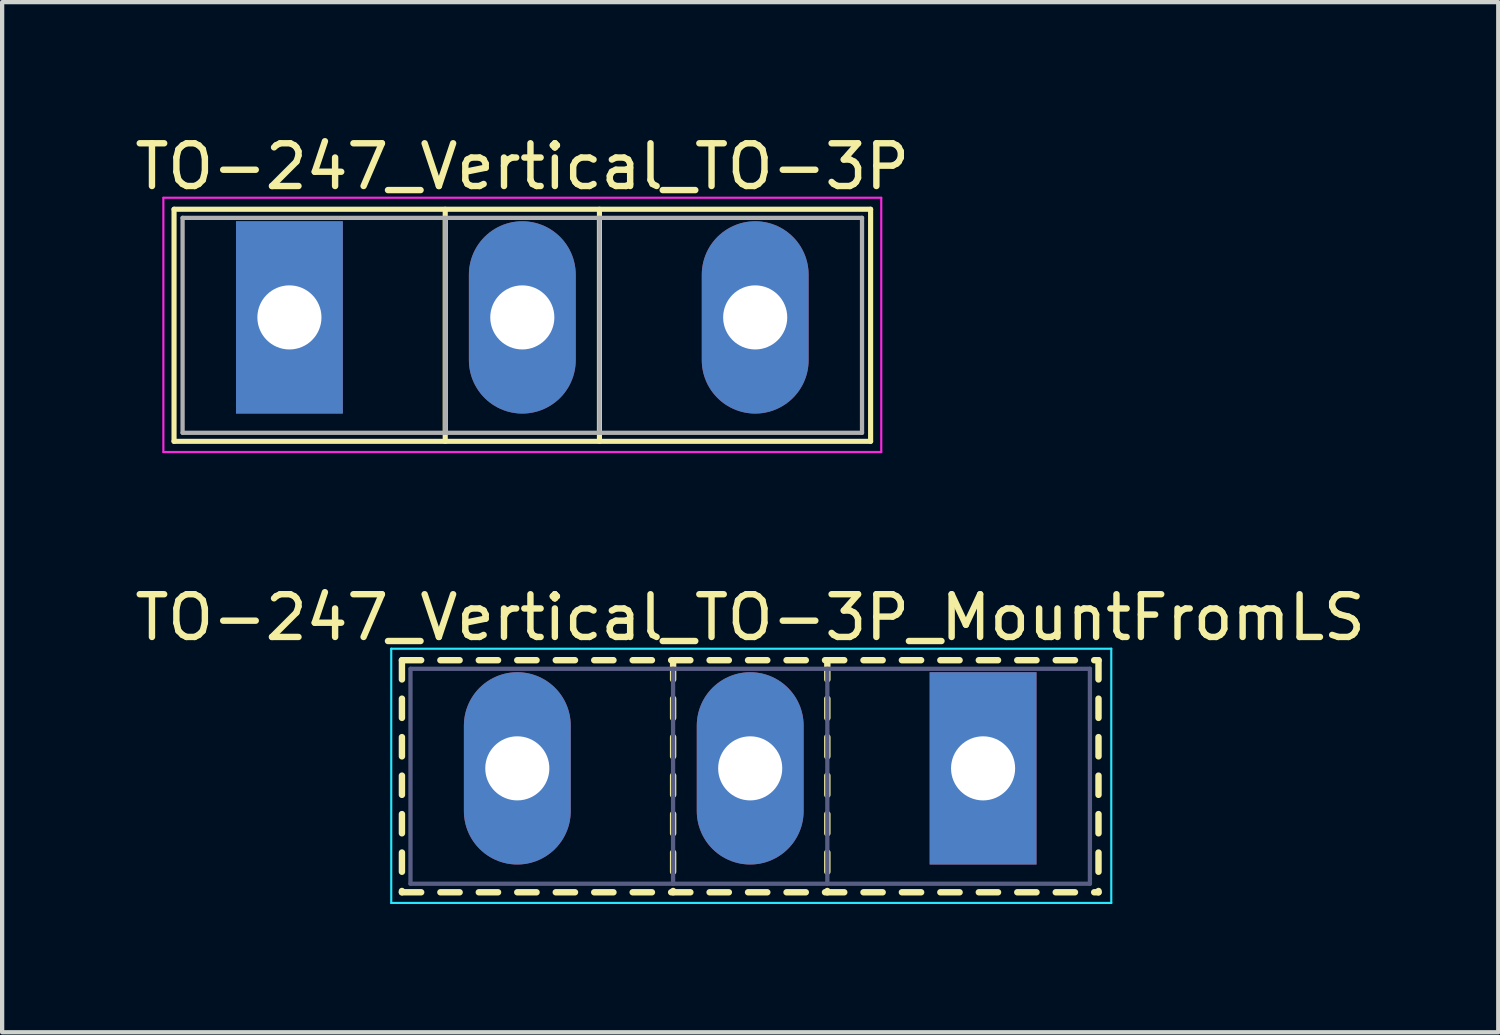
<source format=kicad_pcb>
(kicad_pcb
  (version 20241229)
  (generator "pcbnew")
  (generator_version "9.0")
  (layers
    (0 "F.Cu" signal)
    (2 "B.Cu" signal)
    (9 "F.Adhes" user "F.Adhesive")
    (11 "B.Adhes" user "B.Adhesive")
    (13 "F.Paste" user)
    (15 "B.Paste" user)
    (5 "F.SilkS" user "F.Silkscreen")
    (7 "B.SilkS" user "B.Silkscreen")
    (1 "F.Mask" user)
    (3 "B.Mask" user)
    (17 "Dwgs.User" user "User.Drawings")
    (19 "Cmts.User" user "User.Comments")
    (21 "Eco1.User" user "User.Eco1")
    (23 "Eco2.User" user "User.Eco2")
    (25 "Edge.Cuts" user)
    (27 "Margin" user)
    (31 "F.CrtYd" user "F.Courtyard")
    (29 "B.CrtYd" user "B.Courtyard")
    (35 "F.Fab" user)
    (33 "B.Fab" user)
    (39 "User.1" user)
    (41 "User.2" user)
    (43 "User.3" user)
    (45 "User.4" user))
  (footprint "TO-247_Vertical_TO-3P"
    (layer "F.Cu")
    (at 3.723 4.378)
    (property "Reference" "TO-247_Vertical_TO-3P" (at 5.45 -3.53 0) (layer "F.SilkS") (effects (font (size 1 1) (thickness 0.15))))
    (attr through_hole)
    (fp_line (start -2.7 -2.531) (end -2.7 2.9) (stroke (width 0.12) (type solid)) (layer "F.SilkS"))
    (fp_line (start -2.7 -2.531) (end 13.601 -2.531) (stroke (width 0.12) (type solid)) (layer "F.SilkS"))
    (fp_line (start -2.7 2.9) (end 13.601 2.9) (stroke (width 0.12) (type solid)) (layer "F.SilkS"))
    (fp_line (start 3.646 -2.531) (end 3.646 2.9) (stroke (width 0.12) (type solid)) (layer "F.SilkS"))
    (fp_line (start 7.255 -2.531) (end 7.255 2.9) (stroke (width 0.12) (type solid)) (layer "F.SilkS"))
    (fp_line (start 13.601 -2.531) (end 13.601 2.9) (stroke (width 0.12) (type solid)) (layer "F.SilkS"))
    (fp_line (start -2.95 -2.8) (end -2.95 3.15) (stroke (width 0.05) (type solid)) (layer "F.CrtYd"))
    (fp_line (start -2.95 3.15) (end 13.85 3.15) (stroke (width 0.05) (type solid)) (layer "F.CrtYd"))
    (fp_line (start 13.85 -2.8) (end -2.95 -2.8) (stroke (width 0.05) (type solid)) (layer "F.CrtYd"))
    (fp_line (start 13.85 3.15) (end 13.85 -2.8) (stroke (width 0.05) (type solid)) (layer "F.CrtYd"))
    (fp_line (start -2.5 -2.33) (end -2.5 2.7) (stroke (width 0.1) (type solid)) (layer "F.Fab"))
    (fp_line (start -2.5 2.7) (end 13.4 2.7) (stroke (width 0.1) (type solid)) (layer "F.Fab"))
    (fp_line (start 3.645 -2.33) (end 3.645 2.7) (stroke (width 0.1) (type solid)) (layer "F.Fab"))
    (fp_line (start 7.255 -2.33) (end 7.255 2.7) (stroke (width 0.1) (type solid)) (layer "F.Fab"))
    (fp_line (start 13.4 -2.33) (end -2.5 -2.33) (stroke (width 0.1) (type solid)) (layer "F.Fab"))
    (fp_line (start 13.4 2.7) (end 13.4 -2.33) (stroke (width 0.1) (type solid)) (layer "F.Fab"))
    (pad "1" thru_hole rect (at 0 0) (size 2.5 4.5) (drill 1.5) (layers "*.Cu" "*.Mask"))
    (pad "2" thru_hole oval (at 5.45 0) (size 2.5 4.5) (drill 1.5) (layers "*.Cu" "*.Mask"))
    (pad "3" thru_hole oval (at 10.9 0) (size 2.5 4.5) (drill 1.5) (layers "*.Cu" "*.Mask")))
  (footprint "TO-247_Vertical_TO-3P_MountFromLS"
    (layer "F.Cu")
    (at 19.956 14.931)
    (property "Reference" "TO-247_Vertical_TO-3P_MountFromLS" (at -5.45 -3.53 0) (layer "F.SilkS") (effects (font (size 1 1) (thickness 0.15))))
    (attr through_hole)
    (fp_line (start -13.6 -2.531) (end -13.6 -2.081) (stroke (width 0.15) (type solid)) (layer "F.SilkS"))
    (fp_line (start -13.6 -2.531) (end -13.15 -2.531) (stroke (width 0.15) (type solid)) (layer "F.SilkS"))
    (fp_line (start -13.6 -1.631) (end -13.6 -1.181) (stroke (width 0.15) (type solid)) (layer "F.SilkS"))
    (fp_line (start -13.6 -0.731) (end -13.6 -0.281) (stroke (width 0.15) (type solid)) (layer "F.SilkS"))
    (fp_line (start -13.6 0.17) (end -13.6 0.62) (stroke (width 0.15) (type solid)) (layer "F.SilkS"))
    (fp_line (start -13.6 1.07) (end -13.6 1.52) (stroke (width 0.15) (type solid)) (layer "F.SilkS"))
    (fp_line (start -13.6 1.97) (end -13.6 2.42) (stroke (width 0.15) (type solid)) (layer "F.SilkS"))
    (fp_line (start -13.6 2.87) (end -13.6 2.9) (stroke (width 0.15) (type solid)) (layer "F.SilkS"))
    (fp_line (start -13.6 2.9) (end -13.15 2.9) (stroke (width 0.15) (type solid)) (layer "F.SilkS"))
    (fp_line (start -12.7 -2.531) (end -12.25 -2.531) (stroke (width 0.15) (type solid)) (layer "F.SilkS"))
    (fp_line (start -12.7 2.9) (end -12.25 2.9) (stroke (width 0.15) (type solid)) (layer "F.SilkS"))
    (fp_line (start -11.801 -2.531) (end -11.351 -2.531) (stroke (width 0.15) (type solid)) (layer "F.SilkS"))
    (fp_line (start -11.801 2.9) (end -11.351 2.9) (stroke (width 0.15) (type solid)) (layer "F.SilkS"))
    (fp_line (start -10.901 -2.531) (end -10.45 -2.531) (stroke (width 0.15) (type solid)) (layer "F.SilkS"))
    (fp_line (start -10.901 2.9) (end -10.45 2.9) (stroke (width 0.15) (type solid)) (layer "F.SilkS"))
    (fp_line (start -10 -2.531) (end -9.55 -2.531) (stroke (width 0.15) (type solid)) (layer "F.SilkS"))
    (fp_line (start -10 2.9) (end -9.55 2.9) (stroke (width 0.15) (type solid)) (layer "F.SilkS"))
    (fp_line (start -9.1 -2.531) (end -8.65 -2.531) (stroke (width 0.15) (type solid)) (layer "F.SilkS"))
    (fp_line (start -9.1 2.9) (end -8.65 2.9) (stroke (width 0.15) (type solid)) (layer "F.SilkS"))
    (fp_line (start -8.2 -2.531) (end -7.75 -2.531) (stroke (width 0.15) (type solid)) (layer "F.SilkS"))
    (fp_line (start -8.2 2.9) (end -7.75 2.9) (stroke (width 0.15) (type solid)) (layer "F.SilkS"))
    (fp_line (start -7.3 -2.531) (end -6.85 -2.531) (stroke (width 0.15) (type solid)) (layer "F.SilkS"))
    (fp_line (start -7.3 2.9) (end -6.85 2.9) (stroke (width 0.15) (type solid)) (layer "F.SilkS"))
    (fp_line (start -7.254 -2.531) (end -7.254 -2.081) (stroke (width 0.15) (type solid)) (layer "F.SilkS"))
    (fp_line (start -7.254 -1.631) (end -7.254 -1.181) (stroke (width 0.15) (type solid)) (layer "F.SilkS"))
    (fp_line (start -7.254 -0.731) (end -7.254 -0.281) (stroke (width 0.15) (type solid)) (layer "F.SilkS"))
    (fp_line (start -7.254 0.17) (end -7.254 0.62) (stroke (width 0.15) (type solid)) (layer "F.SilkS"))
    (fp_line (start -7.254 1.07) (end -7.254 1.52) (stroke (width 0.15) (type solid)) (layer "F.SilkS"))
    (fp_line (start -7.254 1.97) (end -7.254 2.42) (stroke (width 0.15) (type solid)) (layer "F.SilkS"))
    (fp_line (start -7.254 2.87) (end -7.254 2.9) (stroke (width 0.15) (type solid)) (layer "F.SilkS"))
    (fp_line (start -6.4 -2.531) (end -5.95 -2.531) (stroke (width 0.15) (type solid)) (layer "F.SilkS"))
    (fp_line (start -6.4 2.9) (end -5.95 2.9) (stroke (width 0.15) (type solid)) (layer "F.SilkS"))
    (fp_line (start -5.5 -2.531) (end -5.05 -2.531) (stroke (width 0.15) (type solid)) (layer "F.SilkS"))
    (fp_line (start -5.5 2.9) (end -5.05 2.9) (stroke (width 0.15) (type solid)) (layer "F.SilkS"))
    (fp_line (start -4.599 -2.531) (end -4.149 -2.531) (stroke (width 0.15) (type solid)) (layer "F.SilkS"))
    (fp_line (start -4.599 2.9) (end -4.149 2.9) (stroke (width 0.15) (type solid)) (layer "F.SilkS"))
    (fp_line (start -3.699 -2.531) (end -3.249 -2.531) (stroke (width 0.15) (type solid)) (layer "F.SilkS"))
    (fp_line (start -3.699 2.9) (end -3.249 2.9) (stroke (width 0.15) (type solid)) (layer "F.SilkS"))
    (fp_line (start -3.645 -2.531) (end -3.645 -2.081) (stroke (width 0.15) (type solid)) (layer "F.SilkS"))
    (fp_line (start -3.645 -1.631) (end -3.645 -1.181) (stroke (width 0.15) (type solid)) (layer "F.SilkS"))
    (fp_line (start -3.645 -0.731) (end -3.645 -0.281) (stroke (width 0.15) (type solid)) (layer "F.SilkS"))
    (fp_line (start -3.645 0.17) (end -3.645 0.62) (stroke (width 0.15) (type solid)) (layer "F.SilkS"))
    (fp_line (start -3.645 1.07) (end -3.645 1.52) (stroke (width 0.15) (type solid)) (layer "F.SilkS"))
    (fp_line (start -3.645 1.97) (end -3.645 2.42) (stroke (width 0.15) (type solid)) (layer "F.SilkS"))
    (fp_line (start -3.645 2.87) (end -3.645 2.9) (stroke (width 0.15) (type solid)) (layer "F.SilkS"))
    (fp_line (start -2.799 -2.531) (end -2.35 -2.531) (stroke (width 0.15) (type solid)) (layer "F.SilkS"))
    (fp_line (start -2.799 2.9) (end -2.35 2.9) (stroke (width 0.15) (type solid)) (layer "F.SilkS"))
    (fp_line (start -1.9 -2.531) (end -1.45 -2.531) (stroke (width 0.15) (type solid)) (layer "F.SilkS"))
    (fp_line (start -1.9 2.9) (end -1.45 2.9) (stroke (width 0.15) (type solid)) (layer "F.SilkS"))
    (fp_line (start -1 -2.531) (end -0.55 -2.531) (stroke (width 0.15) (type solid)) (layer "F.SilkS"))
    (fp_line (start -1 2.9) (end -0.55 2.9) (stroke (width 0.15) (type solid)) (layer "F.SilkS"))
    (fp_line (start -0.1 -2.531) (end 0.35 -2.531) (stroke (width 0.15) (type solid)) (layer "F.SilkS"))
    (fp_line (start -0.1 2.9) (end 0.35 2.9) (stroke (width 0.15) (type solid)) (layer "F.SilkS"))
    (fp_line (start 0.8 -2.531) (end 1.25 -2.531) (stroke (width 0.15) (type solid)) (layer "F.SilkS"))
    (fp_line (start 0.8 2.9) (end 1.25 2.9) (stroke (width 0.15) (type solid)) (layer "F.SilkS"))
    (fp_line (start 1.7 -2.531) (end 2.15 -2.531) (stroke (width 0.15) (type solid)) (layer "F.SilkS"))
    (fp_line (start 1.7 2.9) (end 2.15 2.9) (stroke (width 0.15) (type solid)) (layer "F.SilkS"))
    (fp_line (start 2.6 -2.531) (end 2.701 -2.531) (stroke (width 0.15) (type solid)) (layer "F.SilkS"))
    (fp_line (start 2.6 2.9) (end 2.701 2.9) (stroke (width 0.15) (type solid)) (layer "F.SilkS"))
    (fp_line (start 2.701 -2.531) (end 2.701 -2.081) (stroke (width 0.15) (type solid)) (layer "F.SilkS"))
    (fp_line (start 2.701 -1.631) (end 2.701 -1.181) (stroke (width 0.15) (type solid)) (layer "F.SilkS"))
    (fp_line (start 2.701 -0.731) (end 2.701 -0.281) (stroke (width 0.15) (type solid)) (layer "F.SilkS"))
    (fp_line (start 2.701 0.17) (end 2.701 0.62) (stroke (width 0.15) (type solid)) (layer "F.SilkS"))
    (fp_line (start 2.701 1.07) (end 2.701 1.52) (stroke (width 0.15) (type solid)) (layer "F.SilkS"))
    (fp_line (start 2.701 1.97) (end 2.701 2.42) (stroke (width 0.15) (type solid)) (layer "F.SilkS"))
    (fp_line (start 2.701 2.87) (end 2.701 2.9) (stroke (width 0.15) (type solid)) (layer "F.SilkS"))
    (fp_line (start -13.85 -2.8) (end -13.85 3.15) (stroke (width 0.05) (type solid)) (layer "B.CrtYd"))
    (fp_line (start -13.85 3.15) (end 3 3.15) (stroke (width 0.05) (type solid)) (layer "B.CrtYd"))
    (fp_line (start 3 -2.8) (end -13.85 -2.8) (stroke (width 0.05) (type solid)) (layer "B.CrtYd"))
    (fp_line (start 3 3.15) (end 3 -2.8) (stroke (width 0.05) (type solid)) (layer "B.CrtYd"))
    (fp_line (start -13.4 -2.33) (end -13.4 2.7) (stroke (width 0.1) (type solid)) (layer "B.Fab"))
    (fp_line (start -13.4 2.7) (end 2.5 2.7) (stroke (width 0.1) (type solid)) (layer "B.Fab"))
    (fp_line (start -7.255 -2.33) (end -7.255 2.7) (stroke (width 0.1) (type solid)) (layer "B.Fab"))
    (fp_line (start -3.645 -2.33) (end -3.645 2.7) (stroke (width 0.1) (type solid)) (layer "B.Fab"))
    (fp_line (start 2.5 -2.33) (end -13.4 -2.33) (stroke (width 0.1) (type solid)) (layer "B.Fab"))
    (fp_line (start 2.5 2.7) (end 2.5 -2.33) (stroke (width 0.1) (type solid)) (layer "B.Fab"))
    (pad "1" thru_hole rect (at 0 0) (size 2.5 4.5) (drill 1.5) (layers "*.Cu" "*.Mask"))
    (pad "2" thru_hole oval (at -5.45 0) (size 2.5 4.5) (drill 1.5) (layers "*.Cu" "*.Mask"))
    (pad "3" thru_hole oval (at -10.9 0) (size 2.5 4.5) (drill 1.5) (layers "*.Cu" "*.Mask")))
  (gr_rect
    (start -3 -3)
    (end 32.012 21.107)
    (stroke (width 0.1) (type default))
    (fill no)
    (layer "Edge.Cuts")))
</source>
